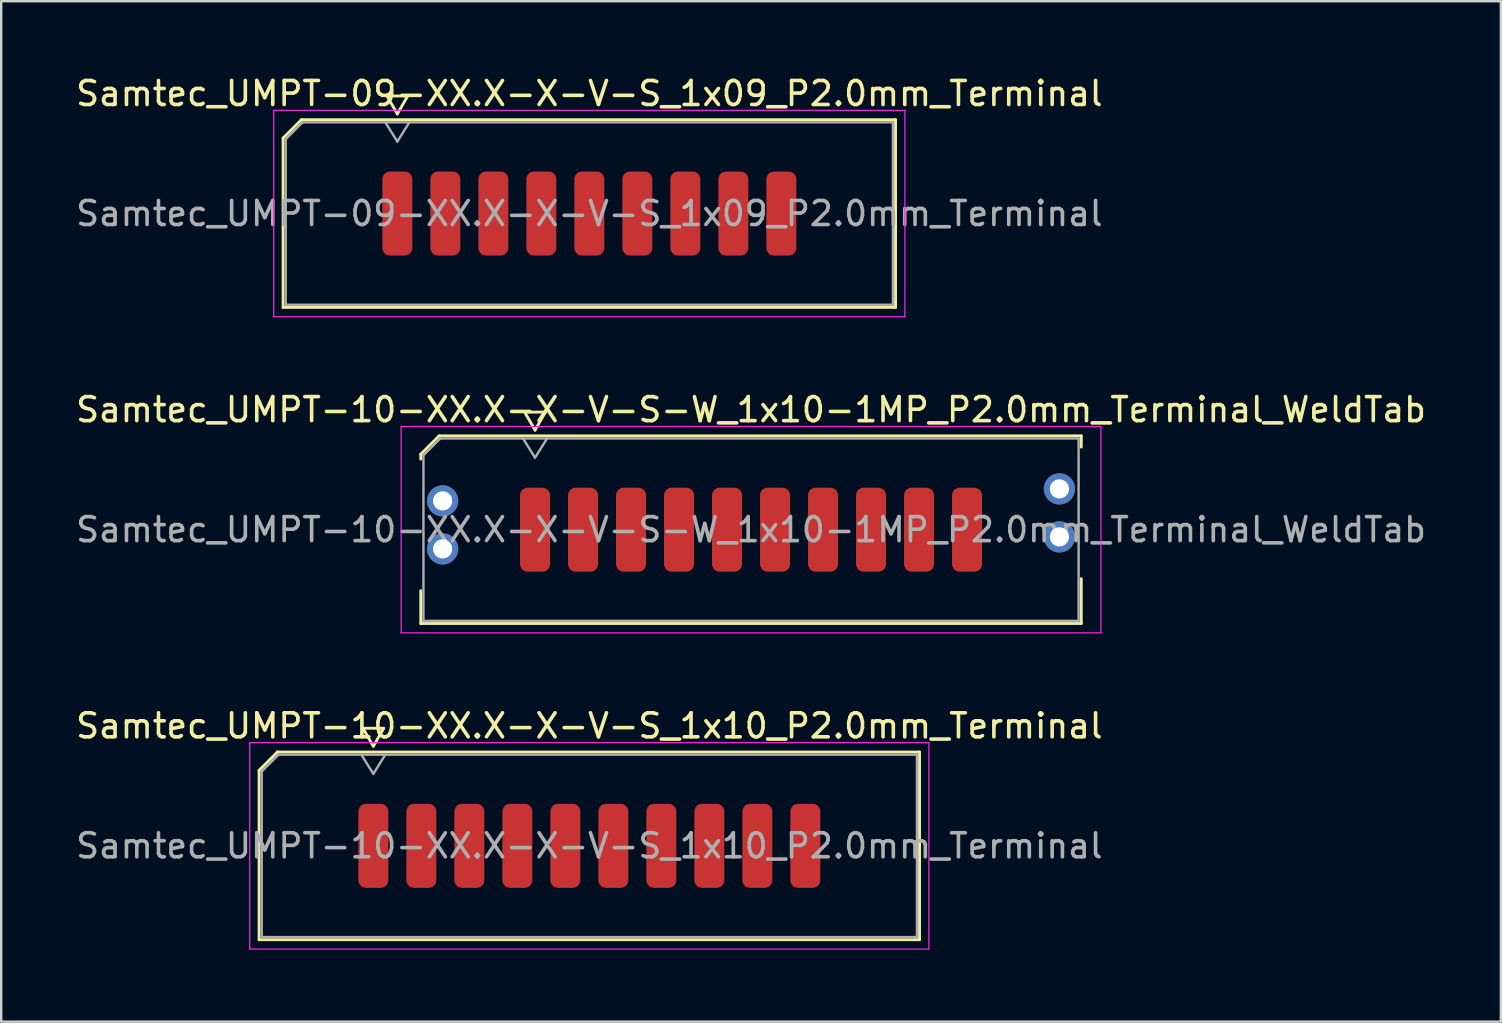
<source format=kicad_pcb>
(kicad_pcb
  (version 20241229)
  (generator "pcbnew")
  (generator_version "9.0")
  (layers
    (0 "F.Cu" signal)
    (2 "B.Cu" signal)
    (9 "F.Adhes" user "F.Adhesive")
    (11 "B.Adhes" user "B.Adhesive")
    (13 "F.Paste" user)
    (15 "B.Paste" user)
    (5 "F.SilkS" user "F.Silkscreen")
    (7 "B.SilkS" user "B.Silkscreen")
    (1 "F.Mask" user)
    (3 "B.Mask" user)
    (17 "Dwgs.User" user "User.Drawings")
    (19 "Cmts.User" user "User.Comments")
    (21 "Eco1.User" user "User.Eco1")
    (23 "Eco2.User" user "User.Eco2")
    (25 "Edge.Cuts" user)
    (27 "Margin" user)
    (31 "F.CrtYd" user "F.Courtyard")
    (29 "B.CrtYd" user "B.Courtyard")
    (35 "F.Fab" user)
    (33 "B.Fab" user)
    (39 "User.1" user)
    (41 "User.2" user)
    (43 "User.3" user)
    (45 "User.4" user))
  (footprint "Samtec_UMPT-10-XX.X-X-V-S-W_1x10-1MP_P2.0mm_Terminal_WeldTab"
    (layer "F.Cu")
    (at 28.244 19.021)
    (property "Reference" "Samtec_UMPT-10-XX.X-X-V-S-W_1x10-1MP_P2.0mm_Terminal_WeldTab" (at 0 -5 0) (layer "F.SilkS") (effects (font (size 1 1) (thickness 0.15))))
    (attr smd)
    (fp_line (start -13.76 -3.146) (end -12.996 -3.91) (stroke (width 0.12) (type solid)) (layer "F.SilkS"))
    (fp_line (start -13.76 -2.94) (end -13.76 -3.146) (stroke (width 0.12) (type solid)) (layer "F.SilkS"))
    (fp_line (start -13.76 3.91) (end -13.76 2.54) (stroke (width 0.12) (type solid)) (layer "F.SilkS"))
    (fp_line (start -12.996 -3.91) (end 13.76 -3.91) (stroke (width 0.12) (type solid)) (layer "F.SilkS"))
    (fp_line (start -9.433 -4.9) (end -9 -4.15) (stroke (width 0.12) (type solid)) (layer "F.SilkS"))
    (fp_line (start -9 -4.15) (end -8.567 -4.9) (stroke (width 0.12) (type solid)) (layer "F.SilkS"))
    (fp_line (start -8.567 -4.9) (end -9.433 -4.9) (stroke (width 0.12) (type solid)) (layer "F.SilkS"))
    (fp_line (start 13.76 -3.91) (end 13.76 -3.44) (stroke (width 0.12) (type solid)) (layer "F.SilkS"))
    (fp_line (start 13.76 2.04) (end 13.76 3.91) (stroke (width 0.12) (type solid)) (layer "F.SilkS"))
    (fp_line (start 13.76 3.91) (end -13.76 3.91) (stroke (width 0.12) (type solid)) (layer "F.SilkS"))
    (fp_line (start -14.58 -4.3) (end -14.58 4.3) (stroke (width 0.05) (type solid)) (layer "F.CrtYd"))
    (fp_line (start -14.58 4.3) (end 14.58 4.3) (stroke (width 0.05) (type solid)) (layer "F.CrtYd"))
    (fp_line (start 14.58 -4.3) (end -14.58 -4.3) (stroke (width 0.05) (type solid)) (layer "F.CrtYd"))
    (fp_line (start 14.58 4.3) (end 14.58 -4.3) (stroke (width 0.05) (type solid)) (layer "F.CrtYd"))
    (fp_line (start -13.65 -3.1) (end -12.95 -3.8) (stroke (width 0.1) (type solid)) (layer "F.Fab"))
    (fp_line (start -13.65 3.8) (end -13.65 -3.1) (stroke (width 0.1) (type solid)) (layer "F.Fab"))
    (fp_line (start -12.95 -3.8) (end 13.65 -3.8) (stroke (width 0.1) (type solid)) (layer "F.Fab"))
    (fp_line (start -9.5 -3.8) (end -9 -3) (stroke (width 0.1) (type solid)) (layer "F.Fab"))
    (fp_line (start -9 -3) (end -8.5 -3.8) (stroke (width 0.1) (type solid)) (layer "F.Fab"))
    (fp_line (start 13.65 -3.8) (end 13.65 3.8) (stroke (width 0.1) (type solid)) (layer "F.Fab"))
    (fp_line (start 13.65 3.8) (end -13.65 3.8) (stroke (width 0.1) (type solid)) (layer "F.Fab"))
    (fp_text user "${REFERENCE}" (at 0 0 0) (layer "F.Fab") (effects (font (size 1 1) (thickness 0.15))))
    (pad "" smd rect (at -12.85 -1.54) (size 2.45 2.28) (layers "F.Paste"))
    (pad "" smd rect (at -12.85 1.14) (size 2.45 2.28) (layers "F.Paste"))
    (pad "" smd rect (at 12.85 -2.04) (size 2.45 2.28) (layers "F.Paste"))
    (pad "" smd rect (at 12.85 0.64) (size 2.45 2.28) (layers "F.Paste"))
    (pad "1" smd roundrect (at -9 0) (size 1.25 3.5) (layers "F.Cu" "F.Mask" "F.Paste") (roundrect_rratio 0.25))
    (pad "2" smd roundrect (at -7 0) (size 1.25 3.5) (layers "F.Cu" "F.Mask" "F.Paste") (roundrect_rratio 0.25))
    (pad "3" smd roundrect (at -5 0) (size 1.25 3.5) (layers "F.Cu" "F.Mask" "F.Paste") (roundrect_rratio 0.25))
    (pad "4" smd roundrect (at -3 0) (size 1.25 3.5) (layers "F.Cu" "F.Mask" "F.Paste") (roundrect_rratio 0.25))
    (pad "5" smd roundrect (at -1 0) (size 1.25 3.5) (layers "F.Cu" "F.Mask" "F.Paste") (roundrect_rratio 0.25))
    (pad "6" smd roundrect (at 1 0) (size 1.25 3.5) (layers "F.Cu" "F.Mask" "F.Paste") (roundrect_rratio 0.25))
    (pad "7" smd roundrect (at 3 0) (size 1.25 3.5) (layers "F.Cu" "F.Mask" "F.Paste") (roundrect_rratio 0.25))
    (pad "8" smd roundrect (at 5 0) (size 1.25 3.5) (layers "F.Cu" "F.Mask" "F.Paste") (roundrect_rratio 0.25))
    (pad "9" smd roundrect (at 7 0) (size 1.25 3.5) (layers "F.Cu" "F.Mask" "F.Paste") (roundrect_rratio 0.25))
    (pad "10" smd roundrect (at 9 0) (size 1.25 3.5) (layers "F.Cu" "F.Mask" "F.Paste") (roundrect_rratio 0.25))
    (pad "MP" thru_hole circle (at -12.85 -1.2) (size 1.3 1.3) (drill 0.8) (layers "*.Cu" "*.Mask"))
    (pad "MP" thru_hole circle (at -12.85 0.8) (size 1.3 1.3) (drill 0.8) (layers "*.Cu" "*.Mask"))
    (pad "MP" thru_hole circle (at 12.85 -1.7) (size 1.3 1.3) (drill 0.8) (layers "*.Cu" "*.Mask"))
    (pad "MP" thru_hole circle (at 12.85 0.3) (size 1.3 1.3) (drill 0.8) (layers "*.Cu" "*.Mask")))
  (footprint "Samtec_UMPT-09-XX.X-X-V-S_1x09_P2.0mm_Terminal"
    (layer "F.Cu")
    (at 21.506 5.848)
    (property "Reference" "Samtec_UMPT-09-XX.X-X-V-S_1x09_P2.0mm_Terminal" (at 0 -5 0) (layer "F.SilkS") (effects (font (size 1 1) (thickness 0.15))))
    (attr smd)
    (fp_line (start -12.76 -3.146) (end -11.996 -3.91) (stroke (width 0.12) (type solid)) (layer "F.SilkS"))
    (fp_line (start -12.76 3.91) (end -12.76 -3.146) (stroke (width 0.12) (type solid)) (layer "F.SilkS"))
    (fp_line (start -11.996 -3.91) (end 12.76 -3.91) (stroke (width 0.12) (type solid)) (layer "F.SilkS"))
    (fp_line (start -8.433 -4.9) (end -8 -4.15) (stroke (width 0.12) (type solid)) (layer "F.SilkS"))
    (fp_line (start -8 -4.15) (end -7.567 -4.9) (stroke (width 0.12) (type solid)) (layer "F.SilkS"))
    (fp_line (start -7.567 -4.9) (end -8.433 -4.9) (stroke (width 0.12) (type solid)) (layer "F.SilkS"))
    (fp_line (start 12.76 -3.91) (end 12.76 3.91) (stroke (width 0.12) (type solid)) (layer "F.SilkS"))
    (fp_line (start 12.76 3.91) (end -12.76 3.91) (stroke (width 0.12) (type solid)) (layer "F.SilkS"))
    (fp_line (start -13.15 -4.3) (end -13.15 4.3) (stroke (width 0.05) (type solid)) (layer "F.CrtYd"))
    (fp_line (start -13.15 4.3) (end 13.15 4.3) (stroke (width 0.05) (type solid)) (layer "F.CrtYd"))
    (fp_line (start 13.15 -4.3) (end -13.15 -4.3) (stroke (width 0.05) (type solid)) (layer "F.CrtYd"))
    (fp_line (start 13.15 4.3) (end 13.15 -4.3) (stroke (width 0.05) (type solid)) (layer "F.CrtYd"))
    (fp_line (start -12.65 -3.1) (end -11.95 -3.8) (stroke (width 0.1) (type solid)) (layer "F.Fab"))
    (fp_line (start -12.65 3.8) (end -12.65 -3.1) (stroke (width 0.1) (type solid)) (layer "F.Fab"))
    (fp_line (start -11.95 -3.8) (end 12.65 -3.8) (stroke (width 0.1) (type solid)) (layer "F.Fab"))
    (fp_line (start -8.5 -3.8) (end -8 -3) (stroke (width 0.1) (type solid)) (layer "F.Fab"))
    (fp_line (start -8 -3) (end -7.5 -3.8) (stroke (width 0.1) (type solid)) (layer "F.Fab"))
    (fp_line (start 12.65 -3.8) (end 12.65 3.8) (stroke (width 0.1) (type solid)) (layer "F.Fab"))
    (fp_line (start 12.65 3.8) (end -12.65 3.8) (stroke (width 0.1) (type solid)) (layer "F.Fab"))
    (fp_text user "${REFERENCE}" (at 0 0 0) (layer "F.Fab") (effects (font (size 1 1) (thickness 0.15))))
    (pad "1" smd roundrect (at -8 0) (size 1.25 3.5) (layers "F.Cu" "F.Mask" "F.Paste") (roundrect_rratio 0.25))
    (pad "2" smd roundrect (at -6 0) (size 1.25 3.5) (layers "F.Cu" "F.Mask" "F.Paste") (roundrect_rratio 0.25))
    (pad "3" smd roundrect (at -4 0) (size 1.25 3.5) (layers "F.Cu" "F.Mask" "F.Paste") (roundrect_rratio 0.25))
    (pad "4" smd roundrect (at -2 0) (size 1.25 3.5) (layers "F.Cu" "F.Mask" "F.Paste") (roundrect_rratio 0.25))
    (pad "5" smd roundrect (at 0 0) (size 1.25 3.5) (layers "F.Cu" "F.Mask" "F.Paste") (roundrect_rratio 0.25))
    (pad "6" smd roundrect (at 2 0) (size 1.25 3.5) (layers "F.Cu" "F.Mask" "F.Paste") (roundrect_rratio 0.25))
    (pad "7" smd roundrect (at 4 0) (size 1.25 3.5) (layers "F.Cu" "F.Mask" "F.Paste") (roundrect_rratio 0.25))
    (pad "8" smd roundrect (at 6 0) (size 1.25 3.5) (layers "F.Cu" "F.Mask" "F.Paste") (roundrect_rratio 0.25))
    (pad "9" smd roundrect (at 8 0) (size 1.25 3.5) (layers "F.Cu" "F.Mask" "F.Paste") (roundrect_rratio 0.25)))
  (footprint "Samtec_UMPT-10-XX.X-X-V-S_1x10_P2.0mm_Terminal"
    (layer "F.Cu")
    (at 21.506 32.195)
    (property "Reference" "Samtec_UMPT-10-XX.X-X-V-S_1x10_P2.0mm_Terminal" (at 0 -5 0) (layer "F.SilkS") (effects (font (size 1 1) (thickness 0.15))))
    (attr smd)
    (fp_line (start -13.76 -3.146) (end -12.996 -3.91) (stroke (width 0.12) (type solid)) (layer "F.SilkS"))
    (fp_line (start -13.76 3.91) (end -13.76 -3.146) (stroke (width 0.12) (type solid)) (layer "F.SilkS"))
    (fp_line (start -12.996 -3.91) (end 13.76 -3.91) (stroke (width 0.12) (type solid)) (layer "F.SilkS"))
    (fp_line (start -9.433 -4.9) (end -9 -4.15) (stroke (width 0.12) (type solid)) (layer "F.SilkS"))
    (fp_line (start -9 -4.15) (end -8.567 -4.9) (stroke (width 0.12) (type solid)) (layer "F.SilkS"))
    (fp_line (start -8.567 -4.9) (end -9.433 -4.9) (stroke (width 0.12) (type solid)) (layer "F.SilkS"))
    (fp_line (start 13.76 -3.91) (end 13.76 3.91) (stroke (width 0.12) (type solid)) (layer "F.SilkS"))
    (fp_line (start 13.76 3.91) (end -13.76 3.91) (stroke (width 0.12) (type solid)) (layer "F.SilkS"))
    (fp_line (start -14.15 -4.3) (end -14.15 4.3) (stroke (width 0.05) (type solid)) (layer "F.CrtYd"))
    (fp_line (start -14.15 4.3) (end 14.15 4.3) (stroke (width 0.05) (type solid)) (layer "F.CrtYd"))
    (fp_line (start 14.15 -4.3) (end -14.15 -4.3) (stroke (width 0.05) (type solid)) (layer "F.CrtYd"))
    (fp_line (start 14.15 4.3) (end 14.15 -4.3) (stroke (width 0.05) (type solid)) (layer "F.CrtYd"))
    (fp_line (start -13.65 -3.1) (end -12.95 -3.8) (stroke (width 0.1) (type solid)) (layer "F.Fab"))
    (fp_line (start -13.65 3.8) (end -13.65 -3.1) (stroke (width 0.1) (type solid)) (layer "F.Fab"))
    (fp_line (start -12.95 -3.8) (end 13.65 -3.8) (stroke (width 0.1) (type solid)) (layer "F.Fab"))
    (fp_line (start -9.5 -3.8) (end -9 -3) (stroke (width 0.1) (type solid)) (layer "F.Fab"))
    (fp_line (start -9 -3) (end -8.5 -3.8) (stroke (width 0.1) (type solid)) (layer "F.Fab"))
    (fp_line (start 13.65 -3.8) (end 13.65 3.8) (stroke (width 0.1) (type solid)) (layer "F.Fab"))
    (fp_line (start 13.65 3.8) (end -13.65 3.8) (stroke (width 0.1) (type solid)) (layer "F.Fab"))
    (fp_text user "${REFERENCE}" (at 0 0 0) (layer "F.Fab") (effects (font (size 1 1) (thickness 0.15))))
    (pad "1" smd roundrect (at -9 0) (size 1.25 3.5) (layers "F.Cu" "F.Mask" "F.Paste") (roundrect_rratio 0.25))
    (pad "2" smd roundrect (at -7 0) (size 1.25 3.5) (layers "F.Cu" "F.Mask" "F.Paste") (roundrect_rratio 0.25))
    (pad "3" smd roundrect (at -5 0) (size 1.25 3.5) (layers "F.Cu" "F.Mask" "F.Paste") (roundrect_rratio 0.25))
    (pad "4" smd roundrect (at -3 0) (size 1.25 3.5) (layers "F.Cu" "F.Mask" "F.Paste") (roundrect_rratio 0.25))
    (pad "5" smd roundrect (at -1 0) (size 1.25 3.5) (layers "F.Cu" "F.Mask" "F.Paste") (roundrect_rratio 0.25))
    (pad "6" smd roundrect (at 1 0) (size 1.25 3.5) (layers "F.Cu" "F.Mask" "F.Paste") (roundrect_rratio 0.25))
    (pad "7" smd roundrect (at 3 0) (size 1.25 3.5) (layers "F.Cu" "F.Mask" "F.Paste") (roundrect_rratio 0.25))
    (pad "8" smd roundrect (at 5 0) (size 1.25 3.5) (layers "F.Cu" "F.Mask" "F.Paste") (roundrect_rratio 0.25))
    (pad "9" smd roundrect (at 7 0) (size 1.25 3.5) (layers "F.Cu" "F.Mask" "F.Paste") (roundrect_rratio 0.25))
    (pad "10" smd roundrect (at 9 0) (size 1.25 3.5) (layers "F.Cu" "F.Mask" "F.Paste") (roundrect_rratio 0.25)))
  (gr_rect
    (start -3 -3)
    (end 59.488 39.52)
    (stroke (width 0.1) (type default))
    (fill no)
    (layer "Edge.Cuts")))
</source>
